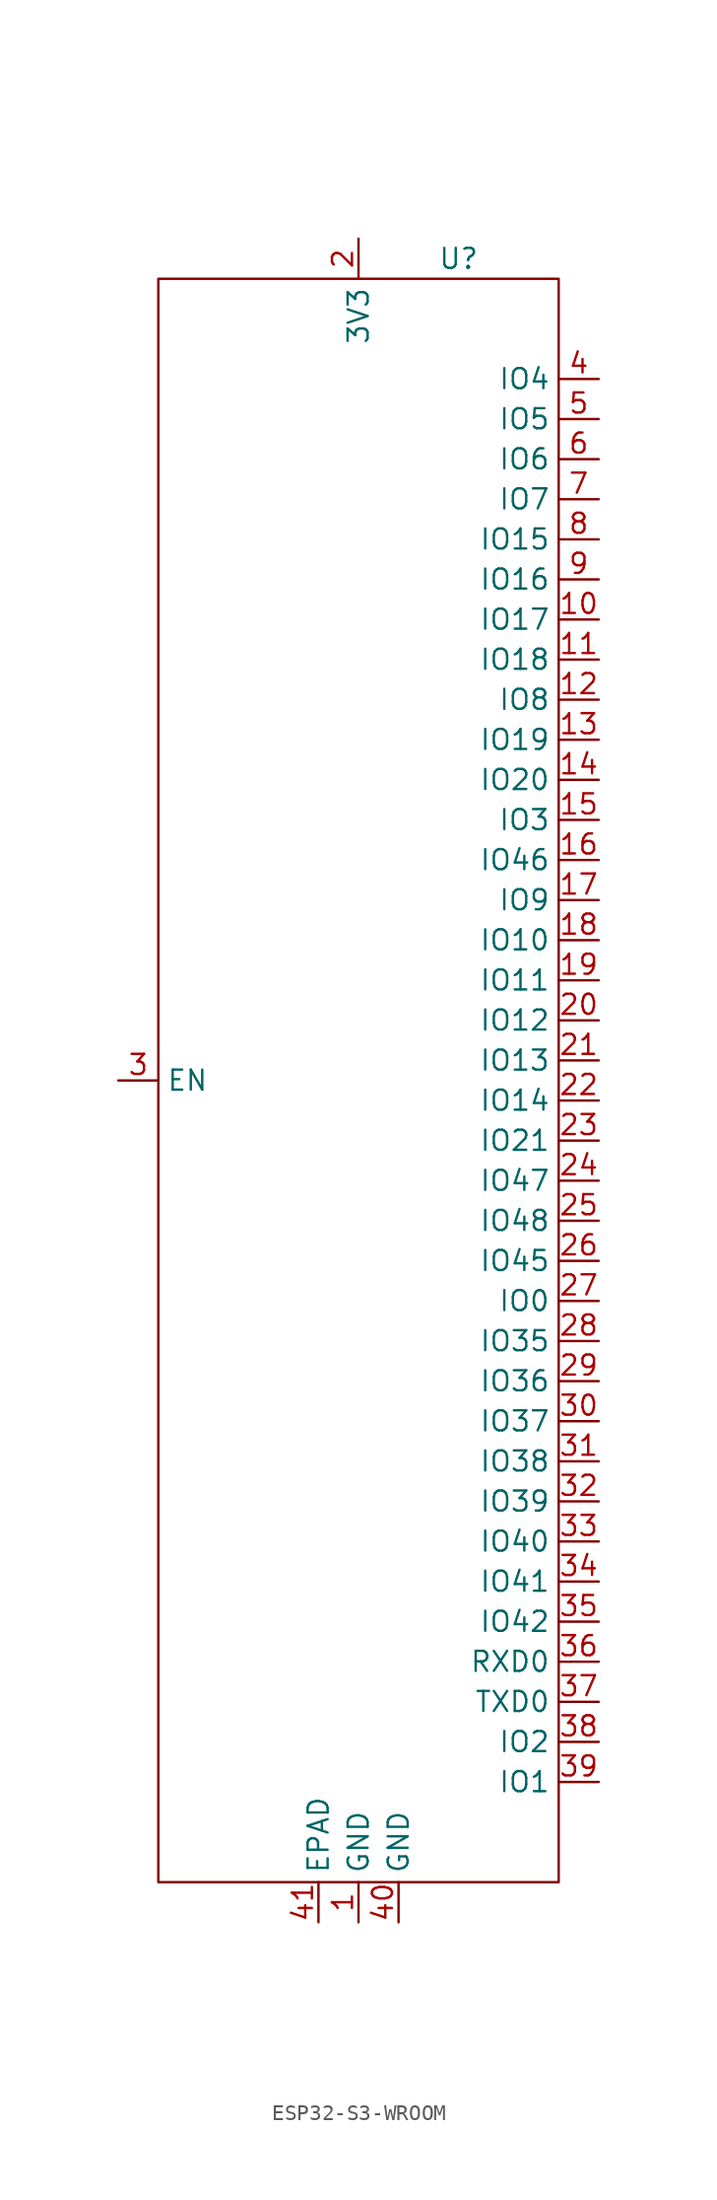
<source format=kicad_sym>
(kicad_symbol_lib
  (version 20231120)
  (generator "kicad_symbol_editor")
  (generator_version "8.0")
  (symbol "ESP32-S3-WROOM"
    (property "Reference" "U"
      (at 6.35 52.07 0)
      (effects (font (size 1.27 1.27))))
    (property "Value" ""
      (at 3.81 19.05 0)
      (effects (font (size 1.27 1.27))))
    (symbol "ESP32-S3-WROOM_0_1"
      (rectangle (start -12.7 50.8) (end 12.7 -50.8) (stroke (width 0) (type default)) (fill (type none))))
    (symbol "ESP32-S3-WROOM_1_1"
      (pin power_in line (at 0 -53.34 90) (length 2.54) (name "GND" (effects (font (size 1.27 1.27)))) (number "1" (effects (font (size 1.27 1.27)))))
      (pin bidirectional line (at 15.24 29.21 180) (length 2.54) (name "IO17" (effects (font (size 1.27 1.27)))) (number "10" (effects (font (size 1.27 1.27)))))
      (pin bidirectional line (at 15.24 26.67 180) (length 2.54) (name "IO18" (effects (font (size 1.27 1.27)))) (number "11" (effects (font (size 1.27 1.27)))))
      (pin bidirectional line (at 15.24 24.13 180) (length 2.54) (name "IO8" (effects (font (size 1.27 1.27)))) (number "12" (effects (font (size 1.27 1.27)))))
      (pin bidirectional line (at 15.24 21.59 180) (length 2.54) (name "IO19" (effects (font (size 1.27 1.27)))) (number "13" (effects (font (size 1.27 1.27)))))
      (pin bidirectional line (at 15.24 19.05 180) (length 2.54) (name "IO20" (effects (font (size 1.27 1.27)))) (number "14" (effects (font (size 1.27 1.27)))))
      (pin bidirectional line (at 15.24 16.51 180) (length 2.54) (name "IO3" (effects (font (size 1.27 1.27)))) (number "15" (effects (font (size 1.27 1.27)))))
      (pin bidirectional line (at 15.24 13.97 180) (length 2.54) (name "IO46" (effects (font (size 1.27 1.27)))) (number "16" (effects (font (size 1.27 1.27)))))
      (pin bidirectional line (at 15.24 11.43 180) (length 2.54) (name "IO9" (effects (font (size 1.27 1.27)))) (number "17" (effects (font (size 1.27 1.27)))))
      (pin bidirectional line (at 15.24 8.89 180) (length 2.54) (name "IO10" (effects (font (size 1.27 1.27)))) (number "18" (effects (font (size 1.27 1.27)))))
      (pin bidirectional line (at 15.24 6.35 180) (length 2.54) (name "IO11" (effects (font (size 1.27 1.27)))) (number "19" (effects (font (size 1.27 1.27)))))
      (pin power_in line (at 0 53.34 270) (length 2.54) (name "3V3" (effects (font (size 1.27 1.27)))) (number "2" (effects (font (size 1.27 1.27)))))
      (pin bidirectional line (at 15.24 3.81 180) (length 2.54) (name "IO12" (effects (font (size 1.27 1.27)))) (number "20" (effects (font (size 1.27 1.27)))))
      (pin bidirectional line (at 15.24 1.27 180) (length 2.54) (name "IO13" (effects (font (size 1.27 1.27)))) (number "21" (effects (font (size 1.27 1.27)))))
      (pin bidirectional line (at 15.24 -1.27 180) (length 2.54) (name "IO14" (effects (font (size 1.27 1.27)))) (number "22" (effects (font (size 1.27 1.27)))))
      (pin bidirectional line (at 15.24 -3.81 180) (length 2.54) (name "IO21" (effects (font (size 1.27 1.27)))) (number "23" (effects (font (size 1.27 1.27)))))
      (pin bidirectional line (at 15.24 -6.35 180) (length 2.54) (name "IO47" (effects (font (size 1.27 1.27)))) (number "24" (effects (font (size 1.27 1.27)))))
      (pin bidirectional line (at 15.24 -8.89 180) (length 2.54) (name "IO48" (effects (font (size 1.27 1.27)))) (number "25" (effects (font (size 1.27 1.27)))))
      (pin bidirectional line (at 15.24 -11.43 180) (length 2.54) (name "IO45" (effects (font (size 1.27 1.27)))) (number "26" (effects (font (size 1.27 1.27)))))
      (pin bidirectional line (at 15.24 -13.97 180) (length 2.54) (name "IO0" (effects (font (size 1.27 1.27)))) (number "27" (effects (font (size 1.27 1.27)))))
      (pin bidirectional line (at 15.24 -16.51 180) (length 2.54) (name "IO35" (effects (font (size 1.27 1.27)))) (number "28" (effects (font (size 1.27 1.27)))))
      (pin bidirectional line (at 15.24 -19.05 180) (length 2.54) (name "IO36" (effects (font (size 1.27 1.27)))) (number "29" (effects (font (size 1.27 1.27)))))
      (pin input line (at -15.24 0 0) (length 2.54) (name "EN" (effects (font (size 1.27 1.27)))) (number "3" (effects (font (size 1.27 1.27)))))
      (pin bidirectional line (at 15.24 -21.59 180) (length 2.54) (name "IO37" (effects (font (size 1.27 1.27)))) (number "30" (effects (font (size 1.27 1.27)))))
      (pin bidirectional line (at 15.24 -24.13 180) (length 2.54) (name "IO38" (effects (font (size 1.27 1.27)))) (number "31" (effects (font (size 1.27 1.27)))))
      (pin bidirectional line (at 15.24 -26.67 180) (length 2.54) (name "IO39" (effects (font (size 1.27 1.27)))) (number "32" (effects (font (size 1.27 1.27)))))
      (pin bidirectional line (at 15.24 -29.21 180) (length 2.54) (name "IO40" (effects (font (size 1.27 1.27)))) (number "33" (effects (font (size 1.27 1.27)))))
      (pin bidirectional line (at 15.24 -31.75 180) (length 2.54) (name "IO41" (effects (font (size 1.27 1.27)))) (number "34" (effects (font (size 1.27 1.27)))))
      (pin bidirectional line (at 15.24 -34.29 180) (length 2.54) (name "IO42" (effects (font (size 1.27 1.27)))) (number "35" (effects (font (size 1.27 1.27)))))
      (pin bidirectional line (at 15.24 -36.83 180) (length 2.54) (name "RXD0" (effects (font (size 1.27 1.27)))) (number "36" (effects (font (size 1.27 1.27)))))
      (pin bidirectional line (at 15.24 -39.37 180) (length 2.54) (name "TXD0" (effects (font (size 1.27 1.27)))) (number "37" (effects (font (size 1.27 1.27)))))
      (pin bidirectional line (at 15.24 -41.91 180) (length 2.54) (name "IO2" (effects (font (size 1.27 1.27)))) (number "38" (effects (font (size 1.27 1.27)))))
      (pin bidirectional line (at 15.24 -44.45 180) (length 2.54) (name "IO1" (effects (font (size 1.27 1.27)))) (number "39" (effects (font (size 1.27 1.27)))))
      (pin bidirectional line (at 15.24 44.45 180) (length 2.54) (name "IO4" (effects (font (size 1.27 1.27)))) (number "4" (effects (font (size 1.27 1.27)))))
      (pin power_in line (at 2.54 -53.34 90) (length 2.54) (name "GND" (effects (font (size 1.27 1.27)))) (number "40" (effects (font (size 1.27 1.27)))))
      (pin power_in line (at -2.54 -53.34 90) (length 2.54) (name "EPAD" (effects (font (size 1.27 1.27)))) (number "41" (effects (font (size 1.27 1.27)))))
      (pin bidirectional line (at 15.24 41.91 180) (length 2.54) (name "IO5" (effects (font (size 1.27 1.27)))) (number "5" (effects (font (size 1.27 1.27)))))
      (pin bidirectional line (at 15.24 39.37 180) (length 2.54) (name "IO6" (effects (font (size 1.27 1.27)))) (number "6" (effects (font (size 1.27 1.27)))))
      (pin bidirectional line (at 15.24 36.83 180) (length 2.54) (name "IO7" (effects (font (size 1.27 1.27)))) (number "7" (effects (font (size 1.27 1.27)))))
      (pin bidirectional line (at 15.24 34.29 180) (length 2.54) (name "IO15" (effects (font (size 1.27 1.27)))) (number "8" (effects (font (size 1.27 1.27)))))
      (pin bidirectional line (at 15.24 31.75 180) (length 2.54) (name "IO16" (effects (font (size 1.27 1.27)))) (number "9" (effects (font (size 1.27 1.27))))))))
</source>
